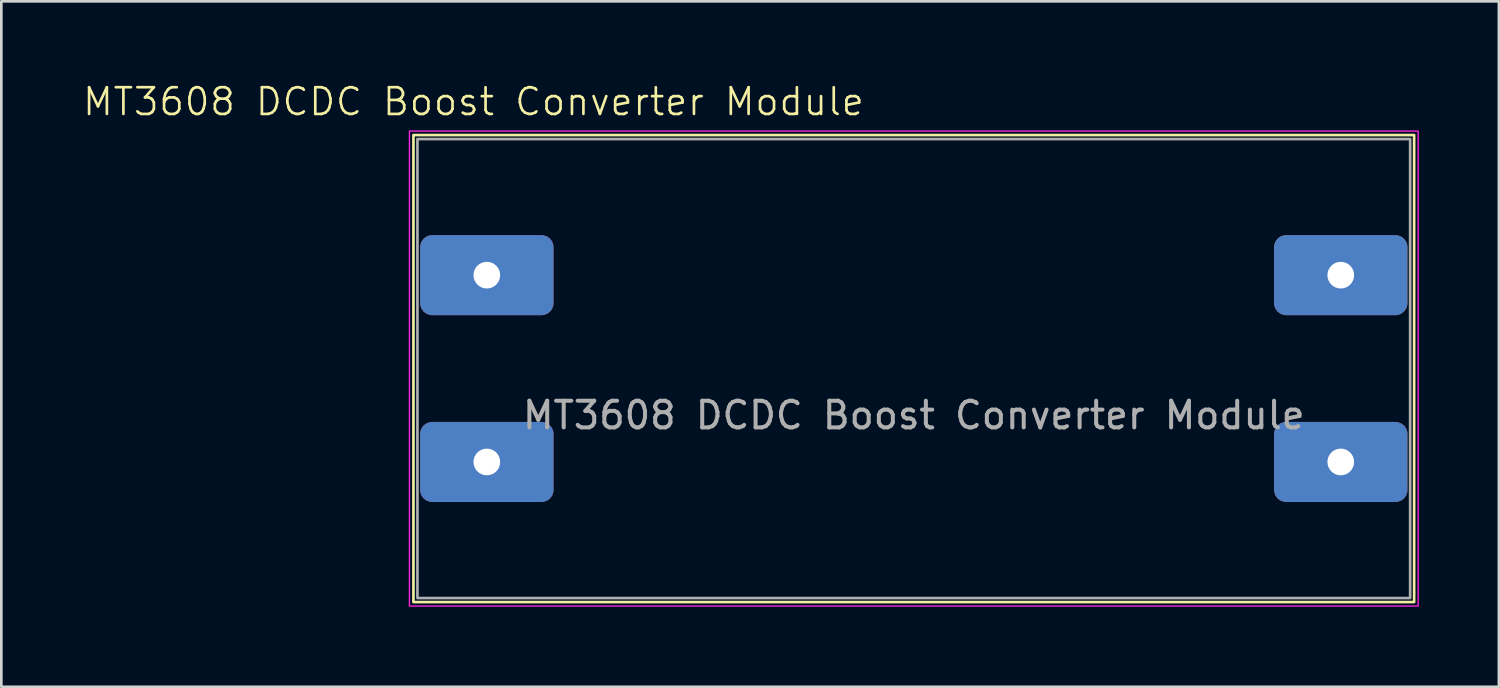
<source format=kicad_pcb>
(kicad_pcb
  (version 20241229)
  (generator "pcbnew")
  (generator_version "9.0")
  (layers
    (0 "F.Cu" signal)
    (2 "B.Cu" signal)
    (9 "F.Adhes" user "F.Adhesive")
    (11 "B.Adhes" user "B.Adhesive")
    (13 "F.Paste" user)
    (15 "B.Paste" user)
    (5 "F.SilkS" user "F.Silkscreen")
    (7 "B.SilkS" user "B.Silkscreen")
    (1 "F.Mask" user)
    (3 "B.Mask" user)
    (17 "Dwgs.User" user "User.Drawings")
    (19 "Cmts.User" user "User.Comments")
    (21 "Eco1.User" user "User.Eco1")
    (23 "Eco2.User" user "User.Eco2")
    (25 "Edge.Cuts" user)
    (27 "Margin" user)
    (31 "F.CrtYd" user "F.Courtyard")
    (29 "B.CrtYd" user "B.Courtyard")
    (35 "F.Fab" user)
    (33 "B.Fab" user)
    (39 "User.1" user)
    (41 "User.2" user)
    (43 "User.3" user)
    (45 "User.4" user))
  (footprint "MT3608 DCDC Boost Converter Module"
    (layer "F.Cu")
    (at 31.193 10.761)
    (property "Reference" "MT3608 DCDC Boost Converter Module" (at -16.5 -10 0) (unlocked yes) (layer "F.SilkS") (effects (font (size 1 1) (thickness 0.1))))
    (attr smd)
    (fp_rect (start -18.75 -8.75) (end 18.75 8.75) (stroke (width 0.1) (type solid)) (fill no) (layer "F.SilkS"))
    (fp_rect (start -18.9 -8.9) (end 18.9 8.9) (stroke (width 0.05) (type default)) (fill no) (layer "F.CrtYd"))
    (fp_rect (start -18.6 -8.6) (end 18.6 8.6) (stroke (width 0.1) (type default)) (fill no) (layer "F.Fab"))
    (fp_text user "${REFERENCE}" (at 0 1.75 0) (unlocked yes) (layer "F.Fab") (effects (font (size 1 1) (thickness 0.15))))
    (pad "1" thru_hole roundrect (at -16 3.5) (size 5 3) (drill 1) (layers "*.Cu" "*.Mask") (roundrect_rratio 0.15))
    (pad "2" thru_hole roundrect (at -16 -3.5) (size 5 3) (drill 1) (layers "*.Cu" "*.Mask") (roundrect_rratio 0.15))
    (pad "2" thru_hole roundrect (at 16 -3.5) (size 5 3) (drill 1) (layers "*.Cu" "*.Mask") (roundrect_rratio 0.15))
    (pad "3" thru_hole roundrect (at 16 3.5) (size 5 3) (drill 1) (layers "*.Cu" "*.Mask") (roundrect_rratio 0.15)))
  (gr_rect
    (start -3 -3)
    (end 53.118 22.686)
    (stroke (width 0.1) (type default))
    (fill no)
    (layer "Edge.Cuts")))
</source>
